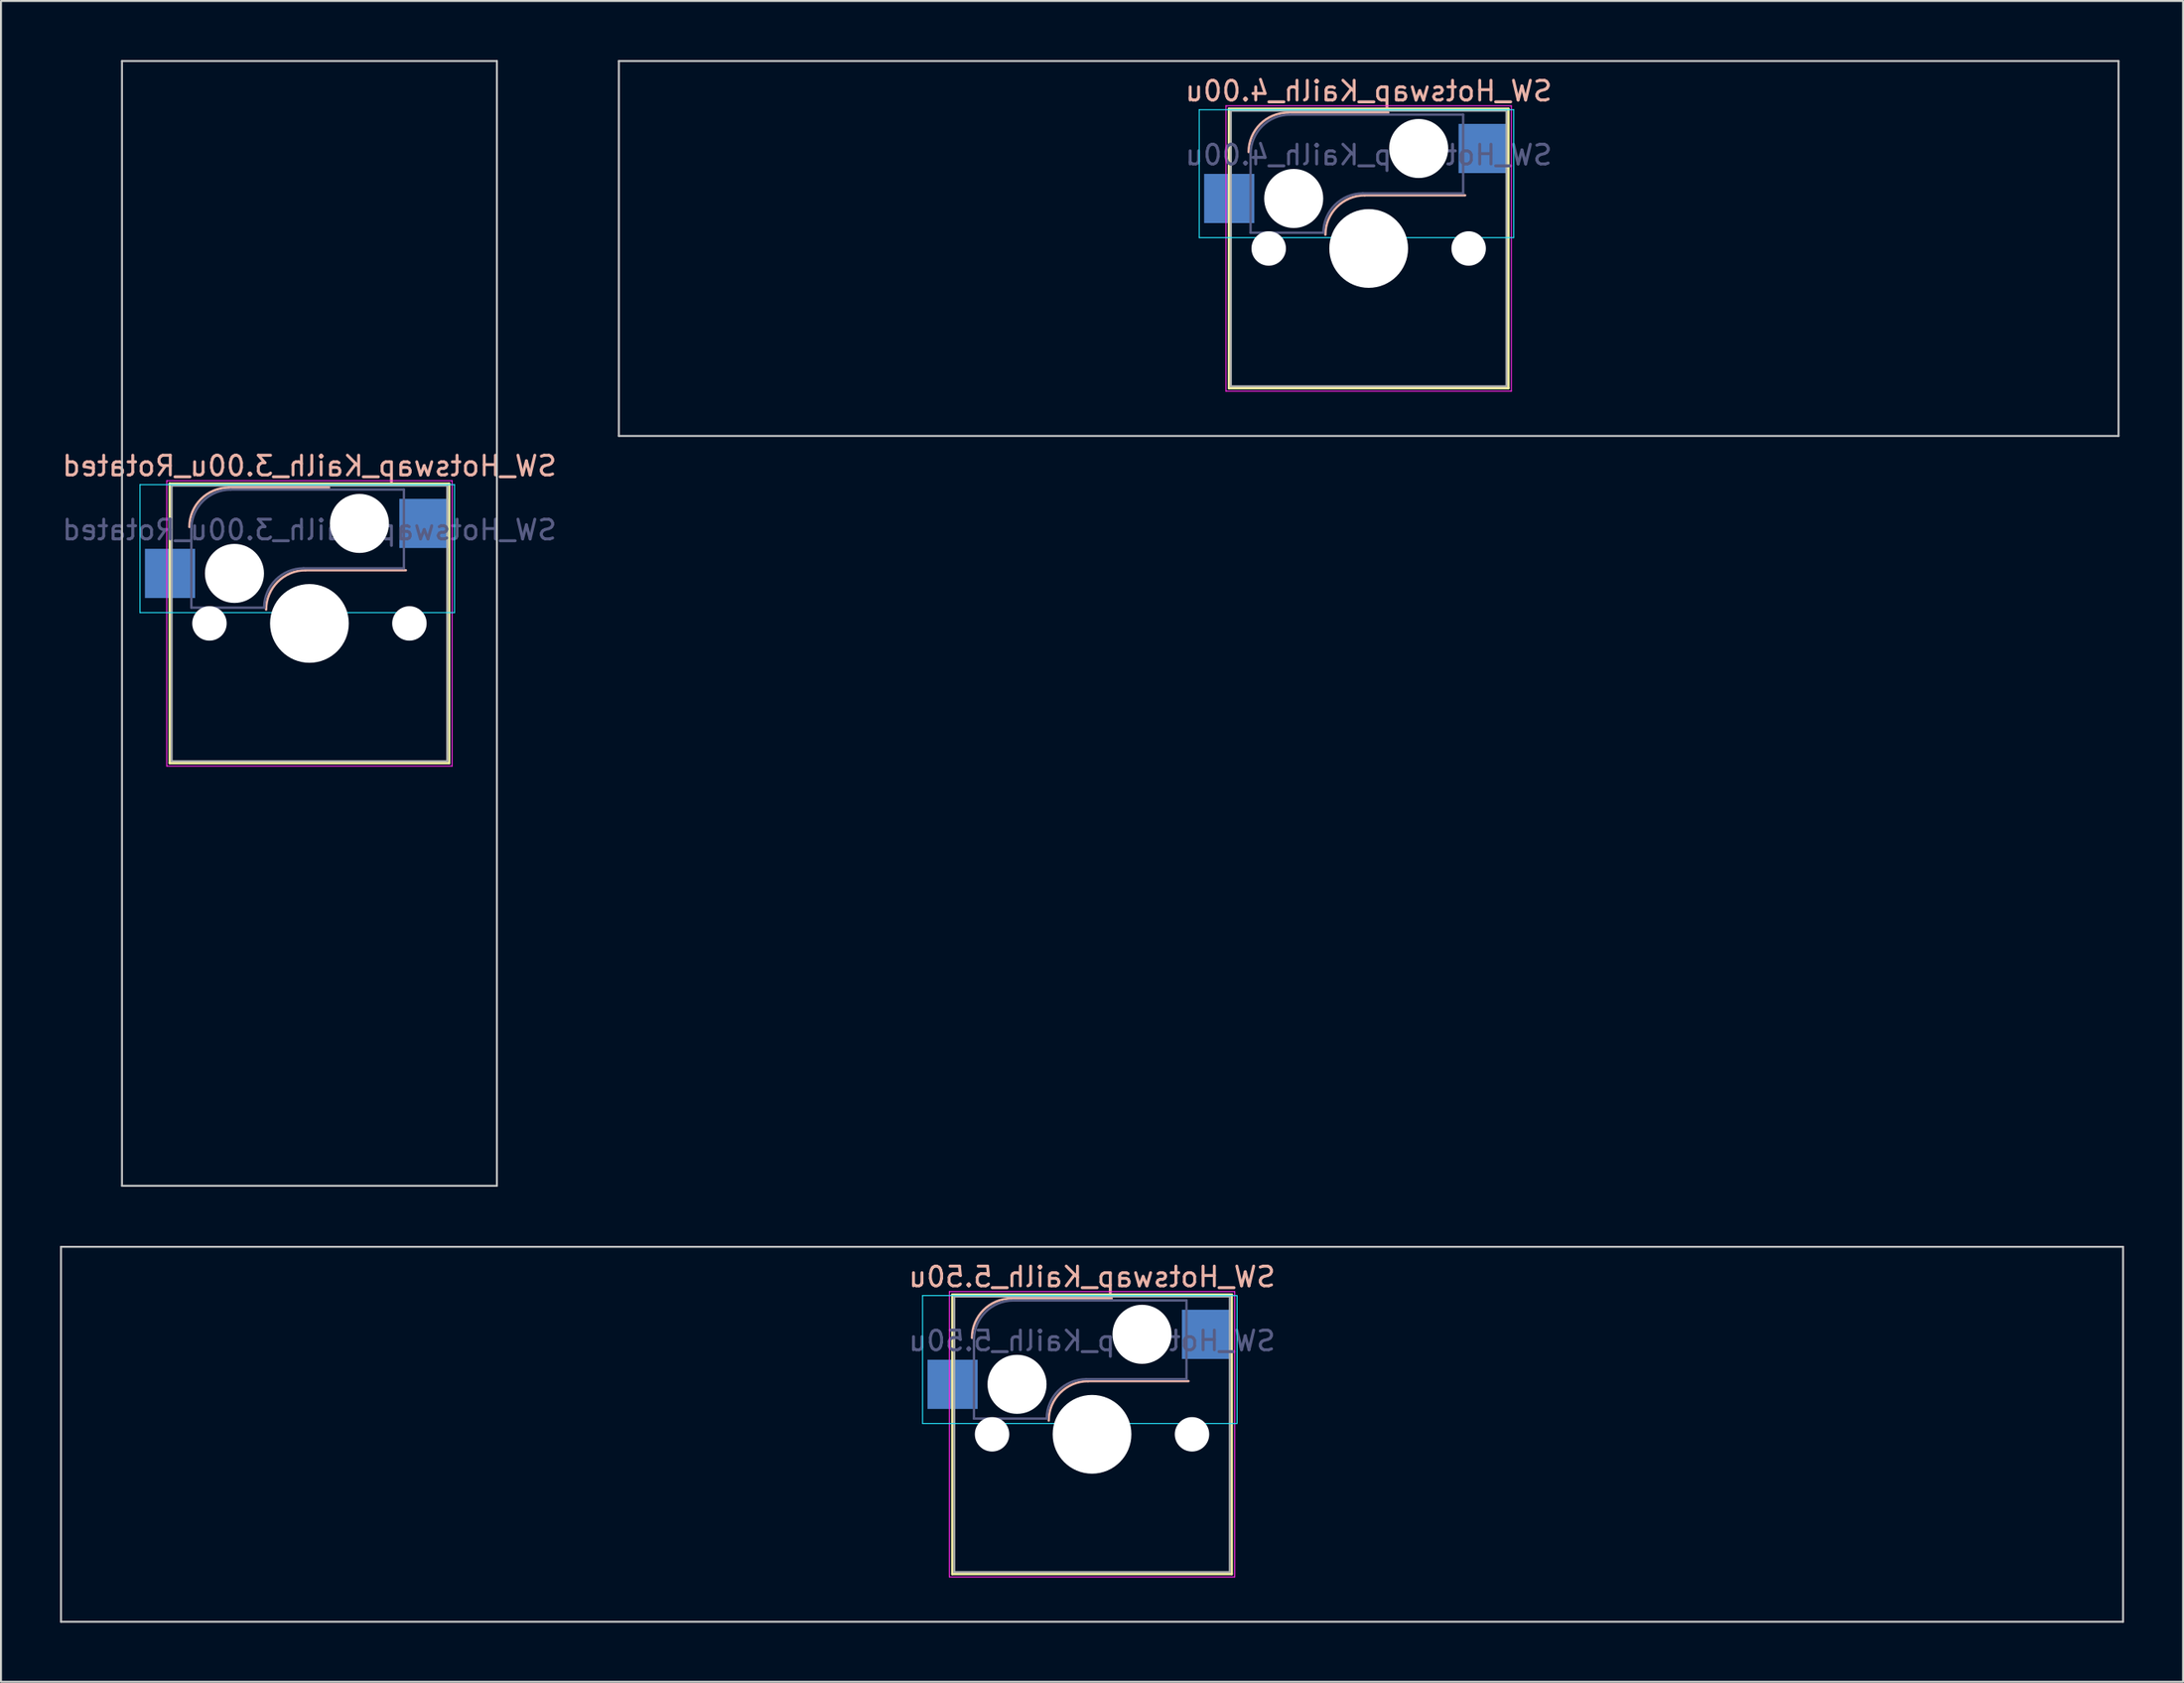
<source format=kicad_pcb>
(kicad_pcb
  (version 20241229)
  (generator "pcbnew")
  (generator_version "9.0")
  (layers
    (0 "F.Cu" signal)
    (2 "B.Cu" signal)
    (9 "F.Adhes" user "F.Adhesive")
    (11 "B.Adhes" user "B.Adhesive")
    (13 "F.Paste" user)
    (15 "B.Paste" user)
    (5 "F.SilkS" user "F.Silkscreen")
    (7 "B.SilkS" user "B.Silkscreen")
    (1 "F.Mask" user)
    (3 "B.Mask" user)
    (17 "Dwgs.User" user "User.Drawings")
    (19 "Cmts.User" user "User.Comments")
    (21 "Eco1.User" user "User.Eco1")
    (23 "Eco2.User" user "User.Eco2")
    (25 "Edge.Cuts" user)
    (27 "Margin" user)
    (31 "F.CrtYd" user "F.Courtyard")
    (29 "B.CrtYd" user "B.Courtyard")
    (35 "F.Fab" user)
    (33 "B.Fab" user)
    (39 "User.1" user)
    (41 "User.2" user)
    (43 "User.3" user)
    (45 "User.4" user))
  (footprint "SW_Hotswap_Kailh_3.00u_Rotated"
    (layer "F.Cu")
    (at 12.673 28.625)
    (property "Reference" "SW_Hotswap_Kailh_3.00u_Rotated" (at 0 -8 0) (layer "B.SilkS") (effects (font (size 1 1) (thickness 0.15)) (justify mirror)))
    (attr smd)
    (fp_line (start -7.1 -7.1) (end -7.1 7.1) (stroke (width 0.12) (type solid)) (layer "F.SilkS"))
    (fp_line (start -7.1 7.1) (end 7.1 7.1) (stroke (width 0.12) (type solid)) (layer "F.SilkS"))
    (fp_line (start 7.1 -7.1) (end -7.1 -7.1) (stroke (width 0.12) (type solid)) (layer "F.SilkS"))
    (fp_line (start 7.1 7.1) (end 7.1 -7.1) (stroke (width 0.12) (type solid)) (layer "F.SilkS"))
    (fp_line (start -4.1 -6.9) (end 1 -6.9) (stroke (width 0.12) (type solid)) (layer "B.SilkS"))
    (fp_line (start -0.2 -2.7) (end 4.9 -2.7) (stroke (width 0.12) (type solid)) (layer "B.SilkS"))
    (fp_arc (start -6.1 -4.9) (mid -5.514214 -6.314214) (end -4.1 -6.9) (stroke (width 0.12) (type solid)) (layer "B.SilkS"))
    (fp_arc (start -2.2 -0.7) (mid -1.614214 -2.114214) (end -0.2 -2.7) (stroke (width 0.12) (type solid)) (layer "B.SilkS"))
    (fp_line (start -9.525 -28.575) (end -9.525 28.575) (stroke (width 0.1) (type solid)) (layer "Dwgs.User"))
    (fp_line (start -9.525 28.575) (end 9.525 28.575) (stroke (width 0.1) (type solid)) (layer "Dwgs.User"))
    (fp_line (start 9.525 -28.575) (end -9.525 -28.575) (stroke (width 0.1) (type solid)) (layer "Dwgs.User"))
    (fp_line (start 9.525 28.575) (end 9.525 -28.575) (stroke (width 0.1) (type solid)) (layer "Dwgs.User"))
    (fp_line (start -8.61 -7.05) (end -8.61 -0.55) (stroke (width 0.05) (type solid)) (layer "B.CrtYd"))
    (fp_line (start -8.61 -0.55) (end 7.37 -0.55) (stroke (width 0.05) (type solid)) (layer "B.CrtYd"))
    (fp_line (start 7.37 -7.05) (end -8.61 -7.05) (stroke (width 0.05) (type solid)) (layer "B.CrtYd"))
    (fp_line (start 7.37 -0.55) (end 7.37 -7.05) (stroke (width 0.05) (type solid)) (layer "B.CrtYd"))
    (fp_line (start -7.25 -7.25) (end -7.25 7.25) (stroke (width 0.05) (type solid)) (layer "F.CrtYd"))
    (fp_line (start -7.25 7.25) (end 7.25 7.25) (stroke (width 0.05) (type solid)) (layer "F.CrtYd"))
    (fp_line (start 7.25 -7.25) (end -7.25 -7.25) (stroke (width 0.05) (type solid)) (layer "F.CrtYd"))
    (fp_line (start 7.25 7.25) (end 7.25 -7.25) (stroke (width 0.05) (type solid)) (layer "F.CrtYd"))
    (fp_line (start -6 -0.8) (end -6 -4.8) (stroke (width 0.12) (type solid)) (layer "B.Fab"))
    (fp_line (start -6 -0.8) (end -2.3 -0.8) (stroke (width 0.12) (type solid)) (layer "B.Fab"))
    (fp_line (start -4 -6.8) (end 4.8 -6.8) (stroke (width 0.12) (type solid)) (layer "B.Fab"))
    (fp_line (start -0.3 -2.8) (end 4.8 -2.8) (stroke (width 0.12) (type solid)) (layer "B.Fab"))
    (fp_line (start 4.8 -6.8) (end 4.8 -2.8) (stroke (width 0.12) (type solid)) (layer "B.Fab"))
    (fp_arc (start -6 -4.8) (mid -5.414214 -6.214214) (end -4 -6.8) (stroke (width 0.12) (type solid)) (layer "B.Fab"))
    (fp_arc (start -2.3 -0.8) (mid -1.714214 -2.214214) (end -0.3 -2.8) (stroke (width 0.12) (type solid)) (layer "B.Fab"))
    (fp_line (start -7 -7) (end -7 7) (stroke (width 0.1) (type solid)) (layer "F.Fab"))
    (fp_line (start -7 7) (end 7 7) (stroke (width 0.1) (type solid)) (layer "F.Fab"))
    (fp_line (start 7 -7) (end -7 -7) (stroke (width 0.1) (type solid)) (layer "F.Fab"))
    (fp_line (start 7 7) (end 7 -7) (stroke (width 0.1) (type solid)) (layer "F.Fab"))
    (fp_text user "${REFERENCE}" (at 0 -4.75 0) (layer "B.Fab") (effects (font (size 1 1) (thickness 0.15)) (justify mirror)))
    (pad "" np_thru_hole circle (at -5.08 0) (size 1.75 1.75) (drill 1.75) (layers "*.Cu" "*.Mask"))
    (pad "" np_thru_hole circle (at -3.81 -2.54) (size 3 3) (drill 3) (layers "*.Cu" "*.Mask"))
    (pad "" np_thru_hole circle (at 0 0) (size 4 4) (drill 4) (layers "*.Cu" "*.Mask"))
    (pad "" np_thru_hole circle (at 2.54 -5.08) (size 3 3) (drill 3) (layers "*.Cu" "*.Mask"))
    (pad "" np_thru_hole circle (at 5.08 0) (size 1.75 1.75) (drill 1.75) (layers "*.Cu" "*.Mask"))
    (pad "1" smd rect (at -7.085 -2.54) (size 2.55 2.5) (layers "B.Cu" "B.Mask" "B.Paste"))
    (pad "2" smd rect (at 5.842 -5.08) (size 2.55 2.5) (layers "B.Cu" "B.Mask" "B.Paste")))
  (footprint "SW_Hotswap_Kailh_5.50u"
    (layer "F.Cu")
    (at 52.438 69.825)
    (property "Reference" "SW_Hotswap_Kailh_5.50u" (at 0 -8 0) (layer "B.SilkS") (effects (font (size 1 1) (thickness 0.15)) (justify mirror)))
    (attr smd)
    (fp_line (start -7.1 -7.1) (end -7.1 7.1) (stroke (width 0.12) (type solid)) (layer "F.SilkS"))
    (fp_line (start -7.1 7.1) (end 7.1 7.1) (stroke (width 0.12) (type solid)) (layer "F.SilkS"))
    (fp_line (start 7.1 -7.1) (end -7.1 -7.1) (stroke (width 0.12) (type solid)) (layer "F.SilkS"))
    (fp_line (start 7.1 7.1) (end 7.1 -7.1) (stroke (width 0.12) (type solid)) (layer "F.SilkS"))
    (fp_line (start -4.1 -6.9) (end 1 -6.9) (stroke (width 0.12) (type solid)) (layer "B.SilkS"))
    (fp_line (start -0.2 -2.7) (end 4.9 -2.7) (stroke (width 0.12) (type solid)) (layer "B.SilkS"))
    (fp_arc (start -6.1 -4.9) (mid -5.514214 -6.314214) (end -4.1 -6.9) (stroke (width 0.12) (type solid)) (layer "B.SilkS"))
    (fp_arc (start -2.2 -0.7) (mid -1.614214 -2.114214) (end -0.2 -2.7) (stroke (width 0.12) (type solid)) (layer "B.SilkS"))
    (fp_line (start -52.388 -9.525) (end -52.388 9.525) (stroke (width 0.1) (type solid)) (layer "Dwgs.User"))
    (fp_line (start -52.388 9.525) (end 52.388 9.525) (stroke (width 0.1) (type solid)) (layer "Dwgs.User"))
    (fp_line (start 52.388 -9.525) (end -52.388 -9.525) (stroke (width 0.1) (type solid)) (layer "Dwgs.User"))
    (fp_line (start 52.388 9.525) (end 52.388 -9.525) (stroke (width 0.1) (type solid)) (layer "Dwgs.User"))
    (fp_line (start -8.61 -7.05) (end -8.61 -0.55) (stroke (width 0.05) (type solid)) (layer "B.CrtYd"))
    (fp_line (start -8.61 -0.55) (end 7.37 -0.55) (stroke (width 0.05) (type solid)) (layer "B.CrtYd"))
    (fp_line (start 7.37 -7.05) (end -8.61 -7.05) (stroke (width 0.05) (type solid)) (layer "B.CrtYd"))
    (fp_line (start 7.37 -0.55) (end 7.37 -7.05) (stroke (width 0.05) (type solid)) (layer "B.CrtYd"))
    (fp_line (start -7.25 -7.25) (end -7.25 7.25) (stroke (width 0.05) (type solid)) (layer "F.CrtYd"))
    (fp_line (start -7.25 7.25) (end 7.25 7.25) (stroke (width 0.05) (type solid)) (layer "F.CrtYd"))
    (fp_line (start 7.25 -7.25) (end -7.25 -7.25) (stroke (width 0.05) (type solid)) (layer "F.CrtYd"))
    (fp_line (start 7.25 7.25) (end 7.25 -7.25) (stroke (width 0.05) (type solid)) (layer "F.CrtYd"))
    (fp_line (start -6 -0.8) (end -6 -4.8) (stroke (width 0.12) (type solid)) (layer "B.Fab"))
    (fp_line (start -6 -0.8) (end -2.3 -0.8) (stroke (width 0.12) (type solid)) (layer "B.Fab"))
    (fp_line (start -4 -6.8) (end 4.8 -6.8) (stroke (width 0.12) (type solid)) (layer "B.Fab"))
    (fp_line (start -0.3 -2.8) (end 4.8 -2.8) (stroke (width 0.12) (type solid)) (layer "B.Fab"))
    (fp_line (start 4.8 -6.8) (end 4.8 -2.8) (stroke (width 0.12) (type solid)) (layer "B.Fab"))
    (fp_arc (start -6 -4.8) (mid -5.414214 -6.214214) (end -4 -6.8) (stroke (width 0.12) (type solid)) (layer "B.Fab"))
    (fp_arc (start -2.3 -0.8) (mid -1.714214 -2.214214) (end -0.3 -2.8) (stroke (width 0.12) (type solid)) (layer "B.Fab"))
    (fp_line (start -7 -7) (end -7 7) (stroke (width 0.1) (type solid)) (layer "F.Fab"))
    (fp_line (start -7 7) (end 7 7) (stroke (width 0.1) (type solid)) (layer "F.Fab"))
    (fp_line (start 7 -7) (end -7 -7) (stroke (width 0.1) (type solid)) (layer "F.Fab"))
    (fp_line (start 7 7) (end 7 -7) (stroke (width 0.1) (type solid)) (layer "F.Fab"))
    (fp_text user "${REFERENCE}" (at 0 -4.75 0) (layer "B.Fab") (effects (font (size 1 1) (thickness 0.15)) (justify mirror)))
    (pad "" np_thru_hole circle (at -5.08 0) (size 1.75 1.75) (drill 1.75) (layers "*.Cu" "*.Mask"))
    (pad "" np_thru_hole circle (at -3.81 -2.54) (size 3 3) (drill 3) (layers "*.Cu" "*.Mask"))
    (pad "" np_thru_hole circle (at 0 0) (size 4 4) (drill 4) (layers "*.Cu" "*.Mask"))
    (pad "" np_thru_hole circle (at 2.54 -5.08) (size 3 3) (drill 3) (layers "*.Cu" "*.Mask"))
    (pad "" np_thru_hole circle (at 5.08 0) (size 1.75 1.75) (drill 1.75) (layers "*.Cu" "*.Mask"))
    (pad "1" smd rect (at -7.085 -2.54) (size 2.55 2.5) (layers "B.Cu" "B.Mask" "B.Paste"))
    (pad "2" smd rect (at 5.842 -5.08) (size 2.55 2.5) (layers "B.Cu" "B.Mask" "B.Paste")))
  (footprint "SW_Hotswap_Kailh_4.00u"
    (layer "F.Cu")
    (at 66.495 9.575)
    (property "Reference" "SW_Hotswap_Kailh_4.00u" (at 0 -8 0) (layer "B.SilkS") (effects (font (size 1 1) (thickness 0.15)) (justify mirror)))
    (attr smd)
    (fp_line (start -7.1 -7.1) (end -7.1 7.1) (stroke (width 0.12) (type solid)) (layer "F.SilkS"))
    (fp_line (start -7.1 7.1) (end 7.1 7.1) (stroke (width 0.12) (type solid)) (layer "F.SilkS"))
    (fp_line (start 7.1 -7.1) (end -7.1 -7.1) (stroke (width 0.12) (type solid)) (layer "F.SilkS"))
    (fp_line (start 7.1 7.1) (end 7.1 -7.1) (stroke (width 0.12) (type solid)) (layer "F.SilkS"))
    (fp_line (start -4.1 -6.9) (end 1 -6.9) (stroke (width 0.12) (type solid)) (layer "B.SilkS"))
    (fp_line (start -0.2 -2.7) (end 4.9 -2.7) (stroke (width 0.12) (type solid)) (layer "B.SilkS"))
    (fp_arc (start -6.1 -4.9) (mid -5.514214 -6.314214) (end -4.1 -6.9) (stroke (width 0.12) (type solid)) (layer "B.SilkS"))
    (fp_arc (start -2.2 -0.7) (mid -1.614214 -2.114214) (end -0.2 -2.7) (stroke (width 0.12) (type solid)) (layer "B.SilkS"))
    (fp_line (start -38.1 -9.525) (end -38.1 9.525) (stroke (width 0.1) (type solid)) (layer "Dwgs.User"))
    (fp_line (start -38.1 9.525) (end 38.1 9.525) (stroke (width 0.1) (type solid)) (layer "Dwgs.User"))
    (fp_line (start 38.1 -9.525) (end -38.1 -9.525) (stroke (width 0.1) (type solid)) (layer "Dwgs.User"))
    (fp_line (start 38.1 9.525) (end 38.1 -9.525) (stroke (width 0.1) (type solid)) (layer "Dwgs.User"))
    (fp_line (start -8.61 -7.05) (end -8.61 -0.55) (stroke (width 0.05) (type solid)) (layer "B.CrtYd"))
    (fp_line (start -8.61 -0.55) (end 7.37 -0.55) (stroke (width 0.05) (type solid)) (layer "B.CrtYd"))
    (fp_line (start 7.37 -7.05) (end -8.61 -7.05) (stroke (width 0.05) (type solid)) (layer "B.CrtYd"))
    (fp_line (start 7.37 -0.55) (end 7.37 -7.05) (stroke (width 0.05) (type solid)) (layer "B.CrtYd"))
    (fp_line (start -7.25 -7.25) (end -7.25 7.25) (stroke (width 0.05) (type solid)) (layer "F.CrtYd"))
    (fp_line (start -7.25 7.25) (end 7.25 7.25) (stroke (width 0.05) (type solid)) (layer "F.CrtYd"))
    (fp_line (start 7.25 -7.25) (end -7.25 -7.25) (stroke (width 0.05) (type solid)) (layer "F.CrtYd"))
    (fp_line (start 7.25 7.25) (end 7.25 -7.25) (stroke (width 0.05) (type solid)) (layer "F.CrtYd"))
    (fp_line (start -6 -0.8) (end -6 -4.8) (stroke (width 0.12) (type solid)) (layer "B.Fab"))
    (fp_line (start -6 -0.8) (end -2.3 -0.8) (stroke (width 0.12) (type solid)) (layer "B.Fab"))
    (fp_line (start -4 -6.8) (end 4.8 -6.8) (stroke (width 0.12) (type solid)) (layer "B.Fab"))
    (fp_line (start -0.3 -2.8) (end 4.8 -2.8) (stroke (width 0.12) (type solid)) (layer "B.Fab"))
    (fp_line (start 4.8 -6.8) (end 4.8 -2.8) (stroke (width 0.12) (type solid)) (layer "B.Fab"))
    (fp_arc (start -6 -4.8) (mid -5.414214 -6.214214) (end -4 -6.8) (stroke (width 0.12) (type solid)) (layer "B.Fab"))
    (fp_arc (start -2.3 -0.8) (mid -1.714214 -2.214214) (end -0.3 -2.8) (stroke (width 0.12) (type solid)) (layer "B.Fab"))
    (fp_line (start -7 -7) (end -7 7) (stroke (width 0.1) (type solid)) (layer "F.Fab"))
    (fp_line (start -7 7) (end 7 7) (stroke (width 0.1) (type solid)) (layer "F.Fab"))
    (fp_line (start 7 -7) (end -7 -7) (stroke (width 0.1) (type solid)) (layer "F.Fab"))
    (fp_line (start 7 7) (end 7 -7) (stroke (width 0.1) (type solid)) (layer "F.Fab"))
    (fp_text user "${REFERENCE}" (at 0 -4.75 0) (layer "B.Fab") (effects (font (size 1 1) (thickness 0.15)) (justify mirror)))
    (pad "" np_thru_hole circle (at -5.08 0) (size 1.75 1.75) (drill 1.75) (layers "*.Cu" "*.Mask"))
    (pad "" np_thru_hole circle (at -3.81 -2.54) (size 3 3) (drill 3) (layers "*.Cu" "*.Mask"))
    (pad "" np_thru_hole circle (at 0 0) (size 4 4) (drill 4) (layers "*.Cu" "*.Mask"))
    (pad "" np_thru_hole circle (at 2.54 -5.08) (size 3 3) (drill 3) (layers "*.Cu" "*.Mask"))
    (pad "" np_thru_hole circle (at 5.08 0) (size 1.75 1.75) (drill 1.75) (layers "*.Cu" "*.Mask"))
    (pad "1" smd rect (at -7.085 -2.54) (size 2.55 2.5) (layers "B.Cu" "B.Mask" "B.Paste"))
    (pad "2" smd rect (at 5.842 -5.08) (size 2.55 2.5) (layers "B.Cu" "B.Mask" "B.Paste")))
  (gr_rect
    (start -3 -3)
    (end 107.875 82.4)
    (stroke (width 0.1) (type default))
    (fill no)
    (layer "Edge.Cuts")))
</source>
